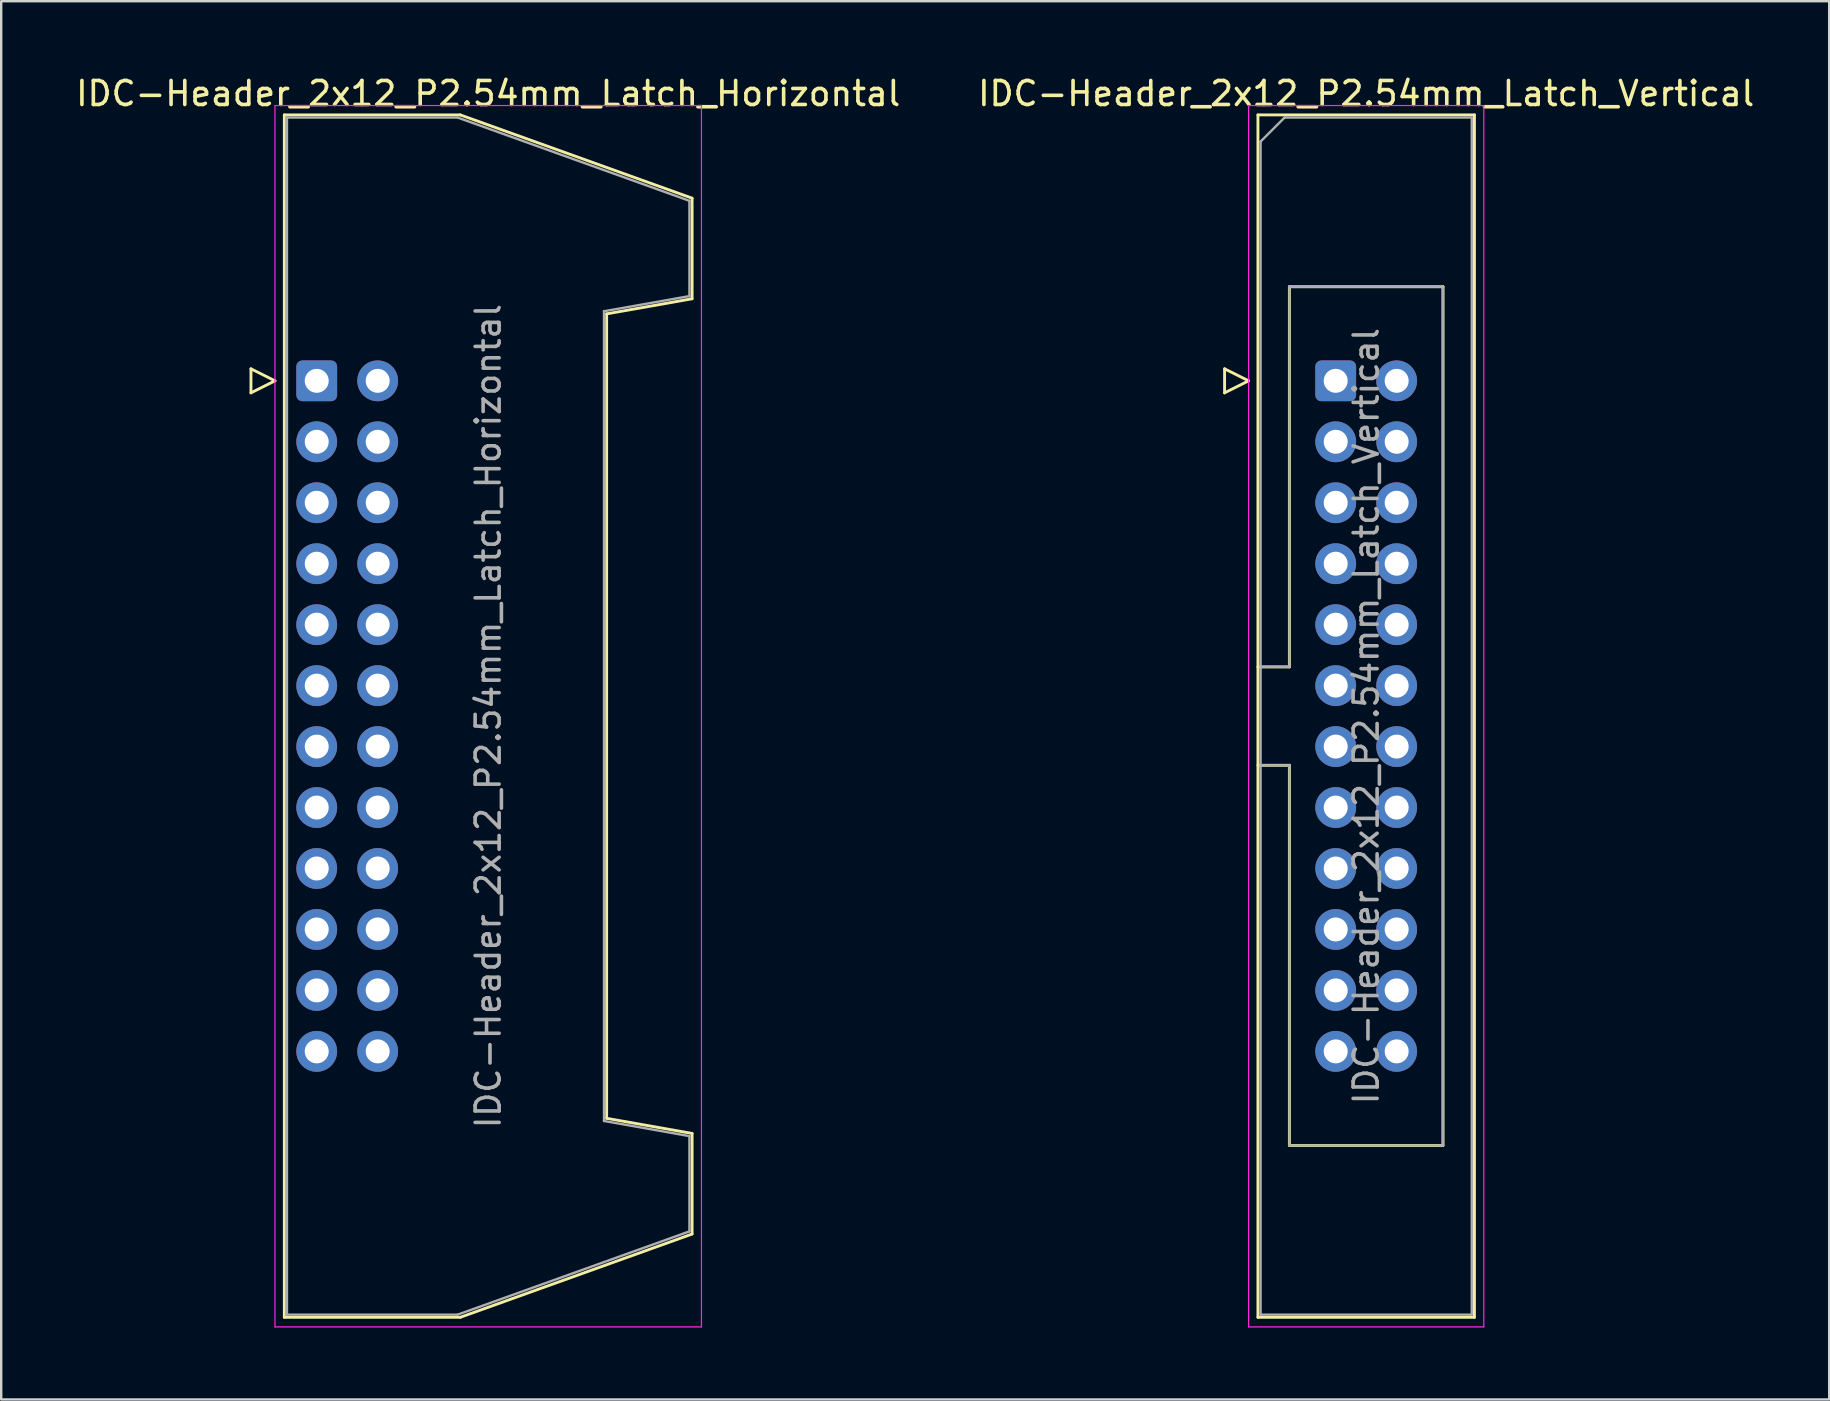
<source format=kicad_pcb>
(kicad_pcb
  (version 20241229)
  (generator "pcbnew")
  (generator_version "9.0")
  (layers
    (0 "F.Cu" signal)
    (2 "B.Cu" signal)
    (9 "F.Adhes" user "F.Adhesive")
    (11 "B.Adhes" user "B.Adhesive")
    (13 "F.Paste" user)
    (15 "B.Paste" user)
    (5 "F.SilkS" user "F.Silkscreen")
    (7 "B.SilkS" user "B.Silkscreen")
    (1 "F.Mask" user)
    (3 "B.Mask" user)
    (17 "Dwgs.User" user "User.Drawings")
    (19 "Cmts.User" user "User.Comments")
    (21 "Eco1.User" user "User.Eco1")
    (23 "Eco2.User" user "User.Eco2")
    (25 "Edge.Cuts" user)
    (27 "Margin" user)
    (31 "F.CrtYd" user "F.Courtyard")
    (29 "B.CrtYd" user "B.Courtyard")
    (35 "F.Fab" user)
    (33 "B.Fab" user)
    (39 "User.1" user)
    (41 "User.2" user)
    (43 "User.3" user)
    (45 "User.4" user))
  (footprint "IDC-Header_2x12_P2.54mm_Latch_Vertical"
    (layer "F.Cu")
    (at 52.605 12.818)
    (property "Reference" "IDC-Header_2x12_P2.54mm_Latch_Vertical" (at 1.27 -11.97 0) (layer "F.SilkS") (effects (font (size 1 1) (thickness 0.15))))
    (attr through_hole)
    (fp_line (start -4.63 -0.5) (end -4.63 0.5) (stroke (width 0.12) (type solid)) (layer "F.SilkS"))
    (fp_line (start -4.63 0.5) (end -3.63 0) (stroke (width 0.12) (type solid)) (layer "F.SilkS"))
    (fp_line (start -3.63 0) (end -4.63 -0.5) (stroke (width 0.12) (type solid)) (layer "F.SilkS"))
    (fp_line (start -3.24 -11.08) (end 5.78 -11.08) (stroke (width 0.12) (type solid)) (layer "F.SilkS"))
    (fp_line (start -3.24 11.92) (end -1.93 11.92) (stroke (width 0.12) (type solid)) (layer "F.SilkS"))
    (fp_line (start -3.24 39.02) (end -3.24 -11.08) (stroke (width 0.12) (type solid)) (layer "F.SilkS"))
    (fp_line (start -1.93 -3.92) (end 4.47 -3.92) (stroke (width 0.12) (type solid)) (layer "F.SilkS"))
    (fp_line (start -1.93 11.92) (end -1.93 -3.92) (stroke (width 0.12) (type solid)) (layer "F.SilkS"))
    (fp_line (start -1.93 16.02) (end -3.24 16.02) (stroke (width 0.12) (type solid)) (layer "F.SilkS"))
    (fp_line (start -1.93 16.02) (end -1.93 16.02) (stroke (width 0.12) (type solid)) (layer "F.SilkS"))
    (fp_line (start -1.93 31.86) (end -1.93 16.02) (stroke (width 0.12) (type solid)) (layer "F.SilkS"))
    (fp_line (start 4.47 -3.92) (end 4.47 31.86) (stroke (width 0.12) (type solid)) (layer "F.SilkS"))
    (fp_line (start 4.47 31.86) (end -1.93 31.86) (stroke (width 0.12) (type solid)) (layer "F.SilkS"))
    (fp_line (start 5.78 -11.08) (end 5.78 39.02) (stroke (width 0.12) (type solid)) (layer "F.SilkS"))
    (fp_line (start 5.78 39.02) (end -3.24 39.02) (stroke (width 0.12) (type solid)) (layer "F.SilkS"))
    (fp_line (start -3.63 -11.47) (end -3.63 39.42) (stroke (width 0.05) (type solid)) (layer "F.CrtYd"))
    (fp_line (start -3.63 39.42) (end 6.17 39.42) (stroke (width 0.05) (type solid)) (layer "F.CrtYd"))
    (fp_line (start 6.17 -11.47) (end -3.63 -11.47) (stroke (width 0.05) (type solid)) (layer "F.CrtYd"))
    (fp_line (start 6.17 39.42) (end 6.17 -11.47) (stroke (width 0.05) (type solid)) (layer "F.CrtYd"))
    (fp_line (start -3.13 -9.97) (end -2.13 -10.97) (stroke (width 0.1) (type solid)) (layer "F.Fab"))
    (fp_line (start -3.13 11.92) (end -1.93 11.92) (stroke (width 0.1) (type solid)) (layer "F.Fab"))
    (fp_line (start -3.13 38.91) (end -3.13 -9.97) (stroke (width 0.1) (type solid)) (layer "F.Fab"))
    (fp_line (start -2.13 -10.97) (end 5.67 -10.97) (stroke (width 0.1) (type solid)) (layer "F.Fab"))
    (fp_line (start -1.93 -3.92) (end 4.47 -3.92) (stroke (width 0.1) (type solid)) (layer "F.Fab"))
    (fp_line (start -1.93 11.92) (end -1.93 -3.92) (stroke (width 0.1) (type solid)) (layer "F.Fab"))
    (fp_line (start -1.93 16.02) (end -3.13 16.02) (stroke (width 0.1) (type solid)) (layer "F.Fab"))
    (fp_line (start -1.93 16.02) (end -1.93 16.02) (stroke (width 0.1) (type solid)) (layer "F.Fab"))
    (fp_line (start -1.93 31.86) (end -1.93 16.02) (stroke (width 0.1) (type solid)) (layer "F.Fab"))
    (fp_line (start 4.47 -3.92) (end 4.47 31.86) (stroke (width 0.1) (type solid)) (layer "F.Fab"))
    (fp_line (start 4.47 31.86) (end -1.93 31.86) (stroke (width 0.1) (type solid)) (layer "F.Fab"))
    (fp_line (start 5.67 -10.97) (end 5.67 38.91) (stroke (width 0.1) (type solid)) (layer "F.Fab"))
    (fp_line (start 5.67 38.91) (end -3.13 38.91) (stroke (width 0.1) (type solid)) (layer "F.Fab"))
    (fp_text user "${REFERENCE}" (at 1.27 13.97 90) (layer "F.Fab") (effects (font (size 1 1) (thickness 0.15))))
    (pad "1" thru_hole roundrect (at 0 0) (size 1.7 1.7) (drill 1) (layers "*.Cu" "*.Mask") (roundrect_rratio 0.147))
    (pad "2" thru_hole circle (at 2.54 0) (size 1.7 1.7) (drill 1) (layers "*.Cu" "*.Mask"))
    (pad "3" thru_hole circle (at 0 2.54) (size 1.7 1.7) (drill 1) (layers "*.Cu" "*.Mask"))
    (pad "4" thru_hole circle (at 2.54 2.54) (size 1.7 1.7) (drill 1) (layers "*.Cu" "*.Mask"))
    (pad "5" thru_hole circle (at 0 5.08) (size 1.7 1.7) (drill 1) (layers "*.Cu" "*.Mask"))
    (pad "6" thru_hole circle (at 2.54 5.08) (size 1.7 1.7) (drill 1) (layers "*.Cu" "*.Mask"))
    (pad "7" thru_hole circle (at 0 7.62) (size 1.7 1.7) (drill 1) (layers "*.Cu" "*.Mask"))
    (pad "8" thru_hole circle (at 2.54 7.62) (size 1.7 1.7) (drill 1) (layers "*.Cu" "*.Mask"))
    (pad "9" thru_hole circle (at 0 10.16) (size 1.7 1.7) (drill 1) (layers "*.Cu" "*.Mask"))
    (pad "10" thru_hole circle (at 2.54 10.16) (size 1.7 1.7) (drill 1) (layers "*.Cu" "*.Mask"))
    (pad "11" thru_hole circle (at 0 12.7) (size 1.7 1.7) (drill 1) (layers "*.Cu" "*.Mask"))
    (pad "12" thru_hole circle (at 2.54 12.7) (size 1.7 1.7) (drill 1) (layers "*.Cu" "*.Mask"))
    (pad "13" thru_hole circle (at 0 15.24) (size 1.7 1.7) (drill 1) (layers "*.Cu" "*.Mask"))
    (pad "14" thru_hole circle (at 2.54 15.24) (size 1.7 1.7) (drill 1) (layers "*.Cu" "*.Mask"))
    (pad "15" thru_hole circle (at 0 17.78) (size 1.7 1.7) (drill 1) (layers "*.Cu" "*.Mask"))
    (pad "16" thru_hole circle (at 2.54 17.78) (size 1.7 1.7) (drill 1) (layers "*.Cu" "*.Mask"))
    (pad "17" thru_hole circle (at 0 20.32) (size 1.7 1.7) (drill 1) (layers "*.Cu" "*.Mask"))
    (pad "18" thru_hole circle (at 2.54 20.32) (size 1.7 1.7) (drill 1) (layers "*.Cu" "*.Mask"))
    (pad "19" thru_hole circle (at 0 22.86) (size 1.7 1.7) (drill 1) (layers "*.Cu" "*.Mask"))
    (pad "20" thru_hole circle (at 2.54 22.86) (size 1.7 1.7) (drill 1) (layers "*.Cu" "*.Mask"))
    (pad "21" thru_hole circle (at 0 25.4) (size 1.7 1.7) (drill 1) (layers "*.Cu" "*.Mask"))
    (pad "22" thru_hole circle (at 2.54 25.4) (size 1.7 1.7) (drill 1) (layers "*.Cu" "*.Mask"))
    (pad "23" thru_hole circle (at 0 27.94) (size 1.7 1.7) (drill 1) (layers "*.Cu" "*.Mask"))
    (pad "24" thru_hole circle (at 2.54 27.94) (size 1.7 1.7) (drill 1) (layers "*.Cu" "*.Mask")))
  (footprint "IDC-Header_2x12_P2.54mm_Latch_Horizontal"
    (layer "F.Cu")
    (at 10.147 12.818)
    (property "Reference" "IDC-Header_2x12_P2.54mm_Latch_Horizontal" (at 7.145 -11.97 0) (layer "F.SilkS") (effects (font (size 1 1) (thickness 0.15))))
    (attr through_hole)
    (fp_line (start -2.74 -0.5) (end -2.74 0.5) (stroke (width 0.12) (type solid)) (layer "F.SilkS"))
    (fp_line (start -2.74 0.5) (end -1.74 0) (stroke (width 0.12) (type solid)) (layer "F.SilkS"))
    (fp_line (start -1.74 0) (end -2.74 -0.5) (stroke (width 0.12) (type solid)) (layer "F.SilkS"))
    (fp_line (start -1.35 -11.08) (end 5.98 -11.08) (stroke (width 0.12) (type solid)) (layer "F.SilkS"))
    (fp_line (start -1.35 39.02) (end -1.35 -11.08) (stroke (width 0.12) (type solid)) (layer "F.SilkS"))
    (fp_line (start 5.98 -11.08) (end 15.64 -7.61) (stroke (width 0.12) (type solid)) (layer "F.SilkS"))
    (fp_line (start 5.98 39.02) (end -1.35 39.02) (stroke (width 0.12) (type solid)) (layer "F.SilkS"))
    (fp_line (start 12.08 -2.79) (end 12.08 30.73) (stroke (width 0.12) (type solid)) (layer "F.SilkS"))
    (fp_line (start 12.08 30.73) (end 15.64 31.36) (stroke (width 0.12) (type solid)) (layer "F.SilkS"))
    (fp_line (start 15.64 -7.61) (end 15.64 -3.42) (stroke (width 0.12) (type solid)) (layer "F.SilkS"))
    (fp_line (start 15.64 -3.42) (end 12.08 -2.79) (stroke (width 0.12) (type solid)) (layer "F.SilkS"))
    (fp_line (start 15.64 31.36) (end 15.64 35.55) (stroke (width 0.12) (type solid)) (layer "F.SilkS"))
    (fp_line (start 15.64 35.55) (end 5.98 39.02) (stroke (width 0.12) (type solid)) (layer "F.SilkS"))
    (fp_line (start -1.74 -11.47) (end -1.74 39.42) (stroke (width 0.05) (type solid)) (layer "F.CrtYd"))
    (fp_line (start -1.74 39.42) (end 16.03 39.42) (stroke (width 0.05) (type solid)) (layer "F.CrtYd"))
    (fp_line (start 16.03 -11.47) (end -1.74 -11.47) (stroke (width 0.05) (type solid)) (layer "F.CrtYd"))
    (fp_line (start 16.03 39.42) (end 16.03 -11.47) (stroke (width 0.05) (type solid)) (layer "F.CrtYd"))
    (fp_line (start -1.24 -10.97) (end 5.87 -10.97) (stroke (width 0.1) (type solid)) (layer "F.Fab"))
    (fp_line (start -1.24 38.91) (end -1.24 -10.97) (stroke (width 0.1) (type solid)) (layer "F.Fab"))
    (fp_line (start 5.87 -10.97) (end 15.53 -7.5) (stroke (width 0.1) (type solid)) (layer "F.Fab"))
    (fp_line (start 5.87 38.91) (end -1.24 38.91) (stroke (width 0.1) (type solid)) (layer "F.Fab"))
    (fp_line (start 11.97 -2.9) (end 11.97 30.84) (stroke (width 0.1) (type solid)) (layer "F.Fab"))
    (fp_line (start 11.97 30.84) (end 15.53 31.47) (stroke (width 0.1) (type solid)) (layer "F.Fab"))
    (fp_line (start 15.53 -7.5) (end 15.53 -3.53) (stroke (width 0.1) (type solid)) (layer "F.Fab"))
    (fp_line (start 15.53 -3.53) (end 11.97 -2.9) (stroke (width 0.1) (type solid)) (layer "F.Fab"))
    (fp_line (start 15.53 31.47) (end 15.53 35.44) (stroke (width 0.1) (type solid)) (layer "F.Fab"))
    (fp_line (start 15.53 35.44) (end 5.87 38.91) (stroke (width 0.1) (type solid)) (layer "F.Fab"))
    (fp_text user "${REFERENCE}" (at 7.145 13.97 90) (layer "F.Fab") (effects (font (size 1 1) (thickness 0.15))))
    (pad "1" thru_hole roundrect (at 0 0) (size 1.7 1.7) (drill 1) (layers "*.Cu" "*.Mask") (roundrect_rratio 0.147))
    (pad "2" thru_hole circle (at 2.54 0) (size 1.7 1.7) (drill 1) (layers "*.Cu" "*.Mask"))
    (pad "3" thru_hole circle (at 0 2.54) (size 1.7 1.7) (drill 1) (layers "*.Cu" "*.Mask"))
    (pad "4" thru_hole circle (at 2.54 2.54) (size 1.7 1.7) (drill 1) (layers "*.Cu" "*.Mask"))
    (pad "5" thru_hole circle (at 0 5.08) (size 1.7 1.7) (drill 1) (layers "*.Cu" "*.Mask"))
    (pad "6" thru_hole circle (at 2.54 5.08) (size 1.7 1.7) (drill 1) (layers "*.Cu" "*.Mask"))
    (pad "7" thru_hole circle (at 0 7.62) (size 1.7 1.7) (drill 1) (layers "*.Cu" "*.Mask"))
    (pad "8" thru_hole circle (at 2.54 7.62) (size 1.7 1.7) (drill 1) (layers "*.Cu" "*.Mask"))
    (pad "9" thru_hole circle (at 0 10.16) (size 1.7 1.7) (drill 1) (layers "*.Cu" "*.Mask"))
    (pad "10" thru_hole circle (at 2.54 10.16) (size 1.7 1.7) (drill 1) (layers "*.Cu" "*.Mask"))
    (pad "11" thru_hole circle (at 0 12.7) (size 1.7 1.7) (drill 1) (layers "*.Cu" "*.Mask"))
    (pad "12" thru_hole circle (at 2.54 12.7) (size 1.7 1.7) (drill 1) (layers "*.Cu" "*.Mask"))
    (pad "13" thru_hole circle (at 0 15.24) (size 1.7 1.7) (drill 1) (layers "*.Cu" "*.Mask"))
    (pad "14" thru_hole circle (at 2.54 15.24) (size 1.7 1.7) (drill 1) (layers "*.Cu" "*.Mask"))
    (pad "15" thru_hole circle (at 0 17.78) (size 1.7 1.7) (drill 1) (layers "*.Cu" "*.Mask"))
    (pad "16" thru_hole circle (at 2.54 17.78) (size 1.7 1.7) (drill 1) (layers "*.Cu" "*.Mask"))
    (pad "17" thru_hole circle (at 0 20.32) (size 1.7 1.7) (drill 1) (layers "*.Cu" "*.Mask"))
    (pad "18" thru_hole circle (at 2.54 20.32) (size 1.7 1.7) (drill 1) (layers "*.Cu" "*.Mask"))
    (pad "19" thru_hole circle (at 0 22.86) (size 1.7 1.7) (drill 1) (layers "*.Cu" "*.Mask"))
    (pad "20" thru_hole circle (at 2.54 22.86) (size 1.7 1.7) (drill 1) (layers "*.Cu" "*.Mask"))
    (pad "21" thru_hole circle (at 0 25.4) (size 1.7 1.7) (drill 1) (layers "*.Cu" "*.Mask"))
    (pad "22" thru_hole circle (at 2.54 25.4) (size 1.7 1.7) (drill 1) (layers "*.Cu" "*.Mask"))
    (pad "23" thru_hole circle (at 0 27.94) (size 1.7 1.7) (drill 1) (layers "*.Cu" "*.Mask"))
    (pad "24" thru_hole circle (at 2.54 27.94) (size 1.7 1.7) (drill 1) (layers "*.Cu" "*.Mask")))
  (gr_rect
    (start -3 -3)
    (end 73.167 55.263)
    (stroke (width 0.1) (type default))
    (fill no)
    (layer "Edge.Cuts")))
</source>
